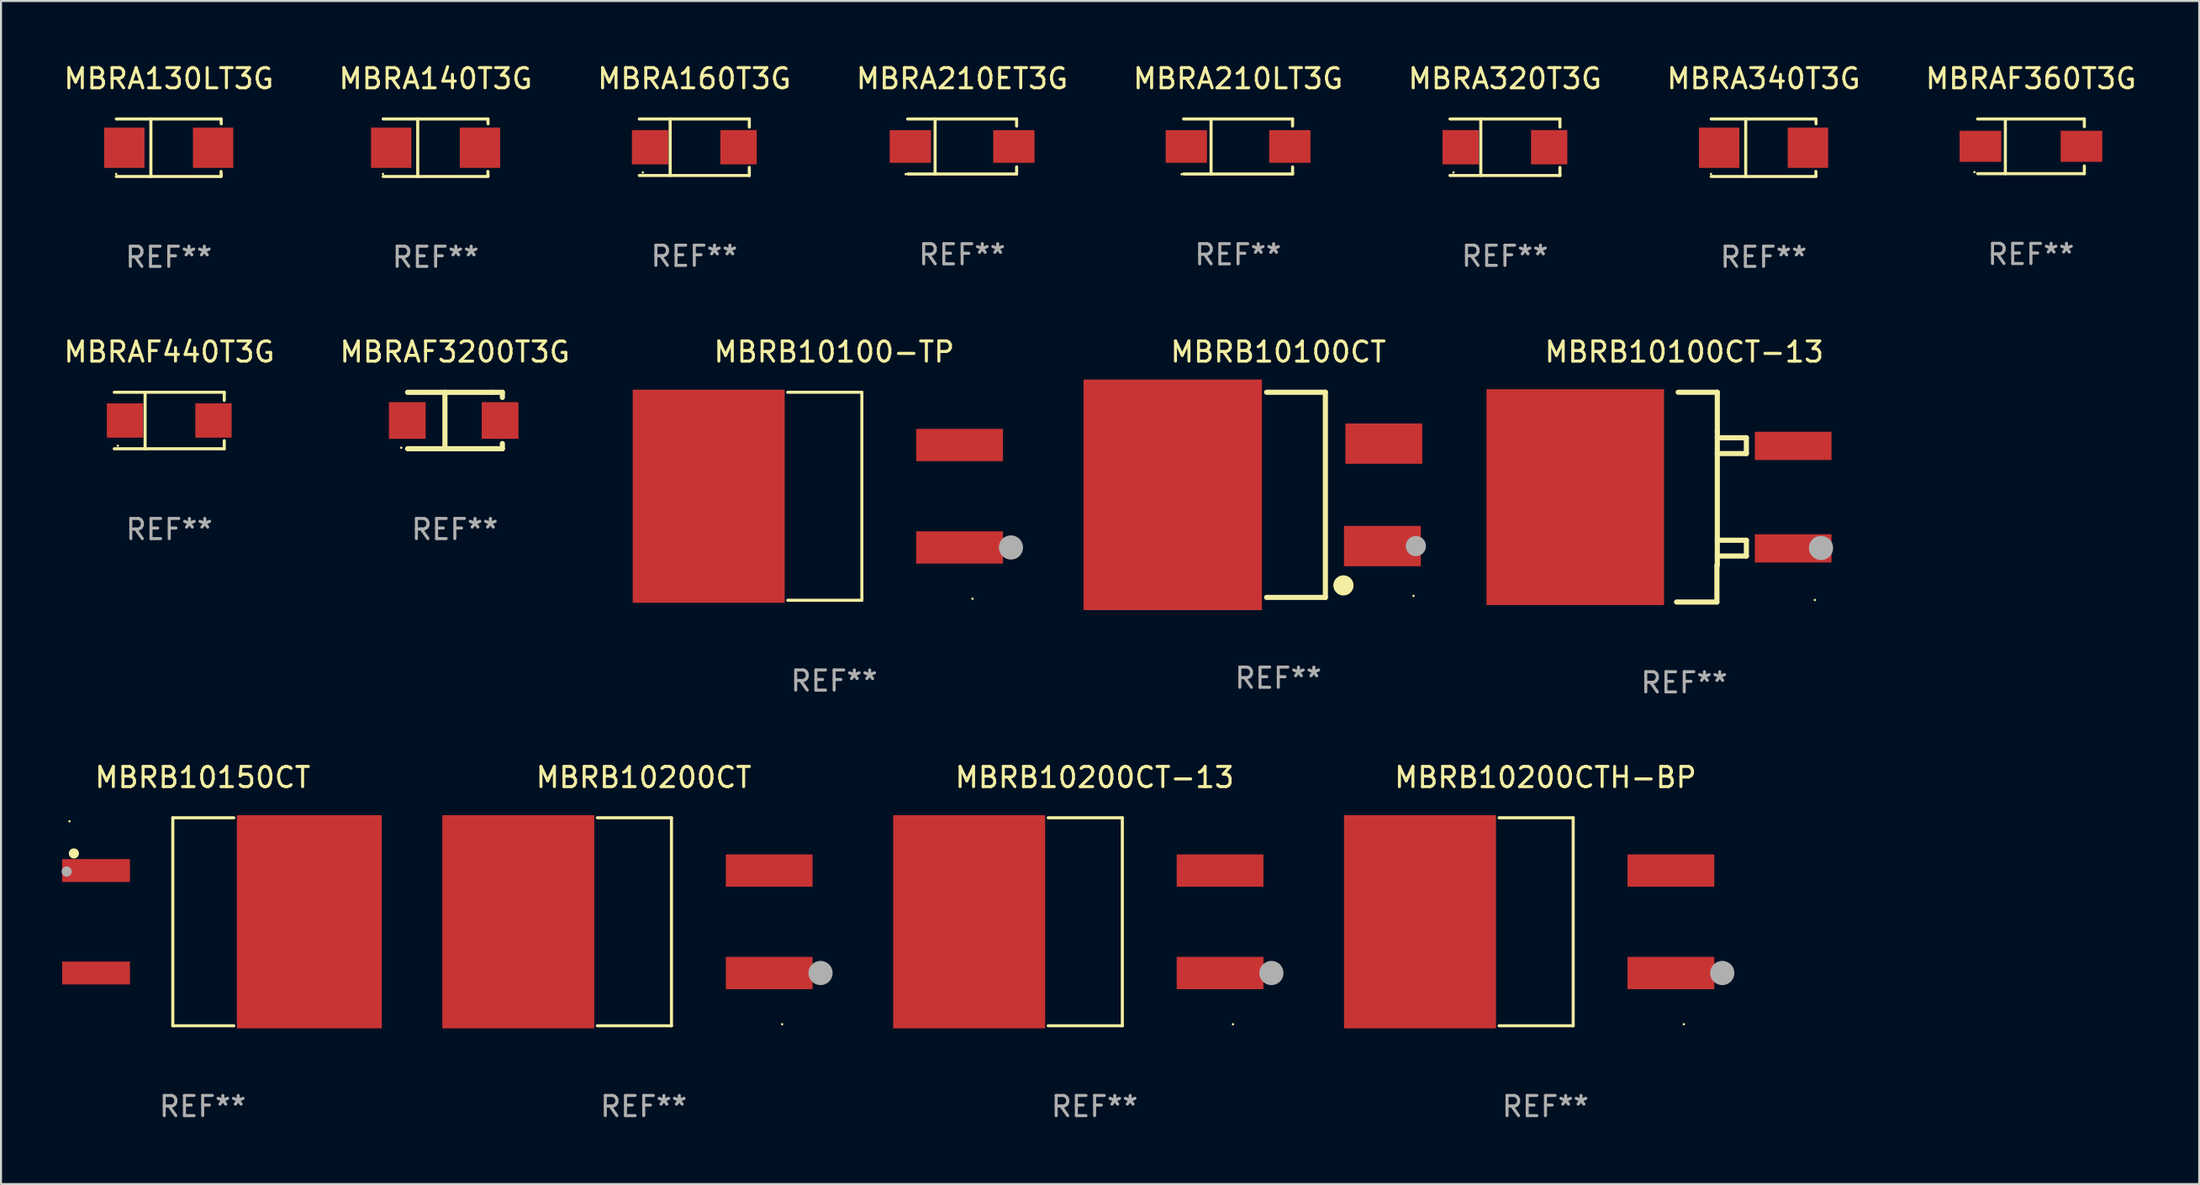
<source format=kicad_pcb>
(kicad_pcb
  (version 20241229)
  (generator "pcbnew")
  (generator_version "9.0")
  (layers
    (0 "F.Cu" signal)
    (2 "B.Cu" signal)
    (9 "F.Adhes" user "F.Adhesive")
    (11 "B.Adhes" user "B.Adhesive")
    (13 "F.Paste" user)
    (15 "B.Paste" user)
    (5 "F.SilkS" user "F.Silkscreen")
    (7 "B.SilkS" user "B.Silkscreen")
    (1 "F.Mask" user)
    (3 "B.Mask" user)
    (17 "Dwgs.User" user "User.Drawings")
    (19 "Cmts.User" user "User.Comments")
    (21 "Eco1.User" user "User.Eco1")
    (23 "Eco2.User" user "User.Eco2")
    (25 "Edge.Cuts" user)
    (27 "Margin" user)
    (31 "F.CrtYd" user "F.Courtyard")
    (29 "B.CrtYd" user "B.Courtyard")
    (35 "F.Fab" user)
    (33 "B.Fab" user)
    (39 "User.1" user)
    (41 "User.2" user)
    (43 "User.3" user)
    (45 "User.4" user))
  (footprint "MBRB10100CT"
    (layer "F.Cu")
    (at 60.308 21.483)
    (property "Reference" "MBRB10100CT" (at 0 -7.086 0) (layer "F.SilkS") (effects (font (size 1 1) (thickness 0.15))))
    (attr through_hole)
    (fp_line (start 2.334 -5.086) (end -0.58 -5.086) (stroke (width 0.254) (type solid)) (layer "F.SilkS"))
    (fp_line (start 2.334 -5.086) (end 2.334 5.086) (stroke (width 0.254) (type solid)) (layer "F.SilkS"))
    (fp_line (start 2.334 5.086) (end -0.58 5.086) (stroke (width 0.254) (type solid)) (layer "F.SilkS"))
    (fp_circle (center 3.23 4.49) (end 3.48 4.49) (stroke (width 0.5) (type solid)) (fill no) (layer "F.SilkS"))
    (fp_circle (center 6.7 5.01) (end 6.73 5.01) (stroke (width 0.06) (type solid)) (fill no) (layer "F.SilkS"))
    (fp_circle (center 6.82 2.54) (end 7.07 2.54) (stroke (width 0.5) (type solid)) (fill no) (layer "F.Fab"))
    (fp_text user "REF**" (at 0 9.086 0) (layer "F.Fab") (effects (font (size 1 1) (thickness 0.15))))
    (pad "1" smd rect (at 5.16 2.54) (size 3.81 2) (layers "F.Cu" "F.Mask" "F.Paste"))
    (pad "3" smd rect (at 5.231 -2.54) (size 3.81 2) (layers "F.Cu" "F.Mask" "F.Paste"))
    (pad "4" smd rect (at -5.231 0) (size 8.84 11.43) (layers "F.Cu" "F.Mask" "F.Paste")))
  (footprint "MBRA320T3G"
    (layer "F.Cu")
    (at 71.542 4.249)
    (property "Reference" "MBRA320T3G" (at 0 -3.401 0) (layer "F.SilkS") (effects (font (size 1 1) (thickness 0.15))))
    (attr through_hole)
    (fp_line (start -2.726 -1.401) (end 2.726 -1.401) (stroke (width 0.152) (type solid)) (layer "F.SilkS"))
    (fp_line (start -2.726 1.401) (end 2.726 1.401) (stroke (width 0.152) (type solid)) (layer "F.SilkS"))
    (fp_line (start -1.197 -1.401) (end -1.197 1.401) (stroke (width 0.152) (type solid)) (layer "F.SilkS"))
    (fp_line (start 2.726 -1.401) (end 2.726 -1) (stroke (width 0.152) (type solid)) (layer "F.SilkS"))
    (fp_line (start 2.726 1.401) (end 2.726 1) (stroke (width 0.152) (type solid)) (layer "F.SilkS"))
    (fp_circle (center -2.55 1.25) (end -2.52 1.25) (stroke (width 0.06) (type solid)) (fill no) (layer "F.SilkS"))
    (fp_text user "REF**" (at 0 5.401 0) (layer "F.Fab") (effects (font (size 1 1) (thickness 0.15))))
    (pad "1" smd rect (at -2.192 0) (size 1.8 1.7) (layers "F.Cu" "F.Mask" "F.Paste"))
    (pad "2" smd rect (at 2.192 0) (size 1.8 1.7) (layers "F.Cu" "F.Mask" "F.Paste")))
  (footprint "MBRB10200CT-13"
    (layer "F.Cu")
    (at 51.204 42.65)
    (property "Reference" "MBRB10200CT-13" (at 0 -7.156 0) (layer "F.SilkS") (effects (font (size 1 1) (thickness 0.15))))
    (attr through_hole)
    (fp_line (start -2.3 -5.156) (end 1.374 -5.156) (stroke (width 0.152) (type solid)) (layer "F.SilkS"))
    (fp_line (start -2.3 5.156) (end 1.374 5.156) (stroke (width 0.152) (type solid)) (layer "F.SilkS"))
    (fp_line (start 1.374 5.156) (end 1.374 -5.156) (stroke (width 0.152) (type solid)) (layer "F.SilkS"))
    (fp_circle (center 6.858 5.08) (end 6.888 5.08) (stroke (width 0.06) (type solid)) (fill no) (layer "F.SilkS"))
    (fp_circle (center 8.763 2.54) (end 9.063 2.54) (stroke (width 0.6) (type solid)) (fill no) (layer "F.Fab"))
    (fp_text user "REF**" (at 0 9.156 0) (layer "F.Fab") (effects (font (size 1 1) (thickness 0.15))))
    (pad "1" smd rect (at 6.218 2.54 180) (size 4.3 1.6) (layers "F.Cu" "F.Mask" "F.Paste"))
    (pad "2" smd rect (at -6.218 0 180) (size 7.532 10.566) (layers "F.Cu" "F.Mask" "F.Paste"))
    (pad "3" smd rect (at 6.218 -2.54 180) (size 4.3 1.6) (layers "F.Cu" "F.Mask" "F.Paste")))
  (footprint "MBRB10100-TP"
    (layer "F.Cu")
    (at 38.294 21.553)
    (property "Reference" "MBRB10100-TP" (at 0 -7.156 0) (layer "F.SilkS") (effects (font (size 1 1) (thickness 0.15))))
    (attr through_hole)
    (fp_line (start -2.3 -5.156) (end 1.374 -5.156) (stroke (width 0.152) (type solid)) (layer "F.SilkS"))
    (fp_line (start -2.3 5.156) (end 1.374 5.156) (stroke (width 0.152) (type solid)) (layer "F.SilkS"))
    (fp_line (start 1.374 5.156) (end 1.374 -5.156) (stroke (width 0.152) (type solid)) (layer "F.SilkS"))
    (fp_circle (center 6.858 5.08) (end 6.888 5.08) (stroke (width 0.06) (type solid)) (fill no) (layer "F.SilkS"))
    (fp_circle (center 8.763 2.54) (end 9.063 2.54) (stroke (width 0.6) (type solid)) (fill no) (layer "F.Fab"))
    (fp_text user "REF**" (at 0 9.156 0) (layer "F.Fab") (effects (font (size 1 1) (thickness 0.15))))
    (pad "1" smd rect (at 6.218 2.54 180) (size 4.3 1.6) (layers "F.Cu" "F.Mask" "F.Paste"))
    (pad "2" smd rect (at -6.218 0 180) (size 7.532 10.566) (layers "F.Cu" "F.Mask" "F.Paste"))
    (pad "3" smd rect (at 6.218 -2.54 180) (size 4.3 1.6) (layers "F.Cu" "F.Mask" "F.Paste")))
  (footprint "MBRAF360T3G"
    (layer "F.Cu")
    (at 97.613 4.204)
    (property "Reference" "MBRAF360T3G" (at 0 -3.356 0) (layer "F.SilkS") (effects (font (size 1 1) (thickness 0.15))))
    (attr through_hole)
    (fp_line (start -2.646 -1.356) (end 2.646 -1.356) (stroke (width 0.152) (type solid)) (layer "F.SilkS"))
    (fp_line (start -2.646 1.356) (end 2.646 1.356) (stroke (width 0.152) (type solid)) (layer "F.SilkS"))
    (fp_line (start -1.269 -1.356) (end -1.269 1.356) (stroke (width 0.152) (type solid)) (layer "F.SilkS"))
    (fp_line (start 2.646 -1.356) (end 2.646 -0.973) (stroke (width 0.152) (type solid)) (layer "F.SilkS"))
    (fp_line (start 2.646 1.356) (end 2.646 0.973) (stroke (width 0.152) (type solid)) (layer "F.SilkS"))
    (fp_circle (center -2.8 1.28) (end -2.77 1.28) (stroke (width 0.06) (type solid)) (fill no) (layer "F.SilkS"))
    (fp_text user "REF**" (at 0 5.356 0) (layer "F.Fab") (effects (font (size 1 1) (thickness 0.15))))
    (pad "1" smd rect (at 2.504 0) (size 2.063 1.539) (layers "F.Cu" "F.Mask" "F.Paste"))
    (pad "2" smd rect (at -2.504 0) (size 2.063 1.539) (layers "F.Cu" "F.Mask" "F.Paste")))
  (footprint "MBRA340T3G"
    (layer "F.Cu")
    (at 84.363 4.274)
    (property "Reference" "MBRA340T3G" (at 0 -3.426 0) (layer "F.SilkS") (effects (font (size 1 1) (thickness 0.15))))
    (attr through_hole)
    (fp_line (start -2.6 -1.426) (end 2.593 -1.426) (stroke (width 0.152) (type solid)) (layer "F.SilkS"))
    (fp_line (start -2.6 1.426) (end 2.593 1.426) (stroke (width 0.152) (type solid)) (layer "F.SilkS"))
    (fp_line (start -0.887 -1.426) (end -0.887 1.426) (stroke (width 0.152) (type solid)) (layer "F.SilkS"))
    (fp_line (start 2.59 1.176) (end 2.597 1.415) (stroke (width 0.152) (type solid)) (layer "F.SilkS"))
    (fp_line (start 2.593 -1.426) (end 2.6 -1.187) (stroke (width 0.152) (type solid)) (layer "F.SilkS"))
    (fp_circle (center -2.608 1.3) (end -2.578 1.3) (stroke (width 0.06) (type solid)) (fill no) (layer "F.SilkS"))
    (fp_text user "REF**" (at 0 5.426 0) (layer "F.Fab") (effects (font (size 1 1) (thickness 0.15))))
    (pad "1" smd rect (at -2.203 0 180) (size 2 2) (layers "F.Cu" "F.Mask" "F.Paste"))
    (pad "2" smd rect (at 2.197 0 180) (size 2 2) (layers "F.Cu" "F.Mask" "F.Paste")))
  (footprint "MBRB10200CTH-BP"
    (layer "F.Cu")
    (at 73.551 42.65)
    (property "Reference" "MBRB10200CTH-BP" (at 0 -7.156 0) (layer "F.SilkS") (effects (font (size 1 1) (thickness 0.15))))
    (attr through_hole)
    (fp_line (start -2.3 -5.156) (end 1.374 -5.156) (stroke (width 0.152) (type solid)) (layer "F.SilkS"))
    (fp_line (start -2.3 5.156) (end 1.374 5.156) (stroke (width 0.152) (type solid)) (layer "F.SilkS"))
    (fp_line (start 1.374 5.156) (end 1.374 -5.156) (stroke (width 0.152) (type solid)) (layer "F.SilkS"))
    (fp_circle (center 6.858 5.08) (end 6.888 5.08) (stroke (width 0.06) (type solid)) (fill no) (layer "F.SilkS"))
    (fp_circle (center 8.763 2.54) (end 9.063 2.54) (stroke (width 0.6) (type solid)) (fill no) (layer "F.Fab"))
    (fp_text user "REF**" (at 0 9.156 0) (layer "F.Fab") (effects (font (size 1 1) (thickness 0.15))))
    (pad "1" smd rect (at 6.218 2.54 180) (size 4.3 1.6) (layers "F.Cu" "F.Mask" "F.Paste"))
    (pad "2" smd rect (at -6.218 0 180) (size 7.532 10.566) (layers "F.Cu" "F.Mask" "F.Paste"))
    (pad "3" smd rect (at 6.218 -2.54 180) (size 4.3 1.6) (layers "F.Cu" "F.Mask" "F.Paste")))
  (footprint "MBRA210ET3G"
    (layer "F.Cu")
    (at 44.637 4.212)
    (property "Reference" "MBRA210ET3G" (at 0 -3.364 0) (layer "F.SilkS") (effects (font (size 1 1) (thickness 0.15))))
    (attr through_hole)
    (fp_line (start -2.701 -1.364) (end 2.701 -1.364) (stroke (width 0.152) (type solid)) (layer "F.SilkS"))
    (fp_line (start -2.701 1.364) (end 2.701 1.364) (stroke (width 0.152) (type solid)) (layer "F.SilkS"))
    (fp_line (start -1.339 -1.364) (end -1.339 1.364) (stroke (width 0.152) (type solid)) (layer "F.SilkS"))
    (fp_line (start 2.701 -1.364) (end 2.701 -1.013) (stroke (width 0.152) (type solid)) (layer "F.SilkS"))
    (fp_line (start 2.701 1.364) (end 2.701 1.013) (stroke (width 0.152) (type solid)) (layer "F.SilkS"))
    (fp_circle (center -2.8 1.375) (end -2.77 1.375) (stroke (width 0.06) (type solid)) (fill no) (layer "F.SilkS"))
    (fp_text user "REF**" (at 0 5.364 0) (layer "F.Fab") (effects (font (size 1 1) (thickness 0.15))))
    (pad "1" smd rect (at -2.565 -0.000025) (size 2.046 1.62) (layers "F.Cu" "F.Mask" "F.Paste"))
    (pad "2" smd rect (at 2.565 -0.000025) (size 2.046 1.62) (layers "F.Cu" "F.Mask" "F.Paste")))
  (footprint "MBRB10100CT-13"
    (layer "F.Cu")
    (at 80.428 21.597)
    (property "Reference" "MBRB10100CT-13" (at 0 -7.2 0) (layer "F.SilkS") (effects (font (size 1 1) (thickness 0.15))))
    (attr through_hole)
    (fp_line (start -0.38 5.2) (end 1.62 5.2) (stroke (width 0.254) (type solid)) (layer "F.SilkS"))
    (fp_line (start -0.3 -5.2) (end 1.64 -5.2) (stroke (width 0.254) (type solid)) (layer "F.SilkS"))
    (fp_line (start 1.62 5.2) (end 1.62 3.38) (stroke (width 0.254) (type solid)) (layer "F.SilkS"))
    (fp_line (start 1.64 -5.2) (end 1.64 -3.24) (stroke (width 0.254) (type solid)) (layer "F.SilkS"))
    (fp_line (start 1.64 -3.24) (end 1.64 3.38) (stroke (width 0.254) (type solid)) (layer "F.SilkS"))
    (fp_line (start 1.64 -2.944) (end 3.08 -2.944) (stroke (width 0.254) (type solid)) (layer "F.SilkS"))
    (fp_line (start 1.64 2.136) (end 3.08 2.136) (stroke (width 0.254) (type solid)) (layer "F.SilkS"))
    (fp_line (start 3.08 -2.944) (end 3.08 -2.16) (stroke (width 0.254) (type solid)) (layer "F.SilkS"))
    (fp_line (start 3.08 -2.16) (end 1.64 -2.16) (stroke (width 0.254) (type solid)) (layer "F.SilkS"))
    (fp_line (start 3.08 2.136) (end 3.08 2.92) (stroke (width 0.254) (type solid)) (layer "F.SilkS"))
    (fp_line (start 3.08 2.92) (end 1.64 2.92) (stroke (width 0.254) (type solid)) (layer "F.SilkS"))
    (fp_circle (center 6.475 5.1) (end 6.505 5.1) (stroke (width 0.06) (type solid)) (fill no) (layer "F.SilkS"))
    (fp_circle (center 6.78 2.52) (end 7.08 2.52) (stroke (width 0.6) (type solid)) (fill no) (layer "F.Fab"))
    (fp_text user "REF**" (at 0 9.2 0) (layer "F.Fab") (effects (font (size 1 1) (thickness 0.15))))
    (pad "1" smd rect (at 5.4 2.54) (size 3.8 1.4) (layers "F.Cu" "F.Mask" "F.Paste"))
    (pad "2" smd rect (at -5.4 -0.000102 180) (size 8.8 10.7) (layers "F.Cu" "F.Mask" "F.Paste"))
    (pad "3" smd rect (at 5.4 -2.54) (size 3.8 1.4) (layers "F.Cu" "F.Mask" "F.Paste")))
  (footprint "MBRA140T3G"
    (layer "F.Cu")
    (at 18.542 4.274)
    (property "Reference" "MBRA140T3G" (at 0 -3.426 0) (layer "F.SilkS") (effects (font (size 1 1) (thickness 0.15))))
    (attr through_hole)
    (fp_line (start -2.6 -1.426) (end 2.593 -1.426) (stroke (width 0.152) (type solid)) (layer "F.SilkS"))
    (fp_line (start -2.6 1.426) (end 2.593 1.426) (stroke (width 0.152) (type solid)) (layer "F.SilkS"))
    (fp_line (start -0.887 -1.426) (end -0.887 1.426) (stroke (width 0.152) (type solid)) (layer "F.SilkS"))
    (fp_line (start 2.59 1.176) (end 2.597 1.415) (stroke (width 0.152) (type solid)) (layer "F.SilkS"))
    (fp_line (start 2.593 -1.426) (end 2.6 -1.187) (stroke (width 0.152) (type solid)) (layer "F.SilkS"))
    (fp_circle (center -2.608 1.3) (end -2.578 1.3) (stroke (width 0.06) (type solid)) (fill no) (layer "F.SilkS"))
    (fp_text user "REF**" (at 0 5.426 0) (layer "F.Fab") (effects (font (size 1 1) (thickness 0.15))))
    (pad "1" smd rect (at -2.203 0 180) (size 2 2) (layers "F.Cu" "F.Mask" "F.Paste"))
    (pad "2" smd rect (at 2.197 0 180) (size 2 2) (layers "F.Cu" "F.Mask" "F.Paste")))
  (footprint "MBRA130LT3G"
    (layer "F.Cu")
    (at 5.315 4.274)
    (property "Reference" "MBRA130LT3G" (at 0 -3.426 0) (layer "F.SilkS") (effects (font (size 1 1) (thickness 0.15))))
    (attr through_hole)
    (fp_line (start -2.6 -1.426) (end 2.593 -1.426) (stroke (width 0.152) (type solid)) (layer "F.SilkS"))
    (fp_line (start -2.6 1.426) (end 2.593 1.426) (stroke (width 0.152) (type solid)) (layer "F.SilkS"))
    (fp_line (start -0.887 -1.426) (end -0.887 1.426) (stroke (width 0.152) (type solid)) (layer "F.SilkS"))
    (fp_line (start 2.59 1.176) (end 2.597 1.415) (stroke (width 0.152) (type solid)) (layer "F.SilkS"))
    (fp_line (start 2.593 -1.426) (end 2.6 -1.187) (stroke (width 0.152) (type solid)) (layer "F.SilkS"))
    (fp_circle (center -2.608 1.3) (end -2.578 1.3) (stroke (width 0.06) (type solid)) (fill no) (layer "F.SilkS"))
    (fp_text user "REF**" (at 0 5.426 0) (layer "F.Fab") (effects (font (size 1 1) (thickness 0.15))))
    (pad "1" smd rect (at -2.203 0 180) (size 2 2) (layers "F.Cu" "F.Mask" "F.Paste"))
    (pad "2" smd rect (at 2.197 0 180) (size 2 2) (layers "F.Cu" "F.Mask" "F.Paste")))
  (footprint "MBRB10150CT"
    (layer "F.Cu")
    (at 6.996 42.65)
    (property "Reference" "MBRB10150CT" (at 0 -7.156 0) (layer "F.SilkS") (effects (font (size 1 1) (thickness 0.15))))
    (attr through_hole)
    (fp_line (start -1.481 -5.156) (end -1.481 5.156) (stroke (width 0.152) (type solid)) (layer "F.SilkS"))
    (fp_line (start 1.543 -5.156) (end -1.481 -5.156) (stroke (width 0.152) (type solid)) (layer "F.SilkS"))
    (fp_line (start 1.543 5.156) (end -1.481 5.156) (stroke (width 0.152) (type solid)) (layer "F.SilkS"))
    (fp_circle (center -6.602 -4.983) (end -6.572 -4.983) (stroke (width 0.06) (type solid)) (fill no) (layer "F.SilkS"))
    (fp_circle (center -6.385 -3.388) (end -6.258 -3.388) (stroke (width 0.254) (type solid)) (fill no) (layer "F.SilkS"))
    (fp_circle (center -6.742 -2.491) (end -6.615 -2.491) (stroke (width 0.254) (type solid)) (fill no) (layer "F.Fab"))
    (fp_text user "REF**" (at 0 9.156 0) (layer "F.Fab") (effects (font (size 1 1) (thickness 0.15))))
    (pad "1" smd rect (at -5.286 -2.54) (size 3.359 1.134) (layers "F.Cu" "F.Mask" "F.Paste"))
    (pad "3" smd rect (at -5.286 2.54) (size 3.359 1.134) (layers "F.Cu" "F.Mask" "F.Paste"))
    (pad "4" smd rect (at 5.286 0) (size 7.181 10.566) (layers "F.Cu" "F.Mask" "F.Paste")))
  (footprint "MBRAF3200T3G"
    (layer "F.Cu")
    (at 19.494 17.797)
    (property "Reference" "MBRAF3200T3G" (at 0 -3.4 0) (layer "F.SilkS") (effects (font (size 1 1) (thickness 0.15))))
    (attr through_hole)
    (fp_line (start -1.957 1.4) (end -2.343 1.4) (stroke (width 0.254) (type solid)) (layer "F.SilkS"))
    (fp_line (start -1.957 1.4) (end 1.844 1.4) (stroke (width 0.254) (type solid)) (layer "F.SilkS"))
    (fp_line (start -0.491 -1.4) (end -0.491 1.4) (stroke (width 0.254) (type solid)) (layer "F.SilkS"))
    (fp_line (start 1.844 1.4) (end 2.356 1.4) (stroke (width 0.254) (type solid)) (layer "F.SilkS"))
    (fp_line (start 1.848 -1.397) (end -2.343 -1.397) (stroke (width 0.254) (type solid)) (layer "F.SilkS"))
    (fp_line (start 1.848 -1.397) (end 2.356 -1.397) (stroke (width 0.254) (type solid)) (layer "F.SilkS"))
    (fp_line (start 2.356 -1.397) (end 2.356 -1.143) (stroke (width 0.254) (type solid)) (layer "F.SilkS"))
    (fp_line (start 2.356 1.4) (end 2.356 1.143) (stroke (width 0.254) (type solid)) (layer "F.SilkS"))
    (fp_circle (center -2.657 1.35) (end -2.627 1.35) (stroke (width 0.06) (type solid)) (fill no) (layer "F.SilkS"))
    (fp_text user "REF**" (at 0 5.4 0) (layer "F.Fab") (effects (font (size 1 1) (thickness 0.15))))
    (pad "1" smd rect (at -2.356 0) (size 1.82 1.82) (layers "F.Cu" "F.Mask" "F.Paste"))
    (pad "2" smd rect (at 2.243 0) (size 1.82 1.82) (layers "F.Cu" "F.Mask" "F.Paste")))
  (footprint "MBRAF440T3G"
    (layer "F.Cu")
    (at 5.339 17.798)
    (property "Reference" "MBRAF440T3G" (at 0 -3.401 0) (layer "F.SilkS") (effects (font (size 1 1) (thickness 0.15))))
    (attr through_hole)
    (fp_line (start -2.726 -1.401) (end 2.726 -1.401) (stroke (width 0.152) (type solid)) (layer "F.SilkS"))
    (fp_line (start -2.726 1.401) (end 2.726 1.401) (stroke (width 0.152) (type solid)) (layer "F.SilkS"))
    (fp_line (start -1.197 -1.401) (end -1.197 1.401) (stroke (width 0.152) (type solid)) (layer "F.SilkS"))
    (fp_line (start 2.726 -1.401) (end 2.726 -1) (stroke (width 0.152) (type solid)) (layer "F.SilkS"))
    (fp_line (start 2.726 1.401) (end 2.726 1) (stroke (width 0.152) (type solid)) (layer "F.SilkS"))
    (fp_circle (center -2.55 1.25) (end -2.52 1.25) (stroke (width 0.06) (type solid)) (fill no) (layer "F.SilkS"))
    (fp_text user "REF**" (at 0 5.401 0) (layer "F.Fab") (effects (font (size 1 1) (thickness 0.15))))
    (pad "1" smd rect (at -2.192 0) (size 1.8 1.7) (layers "F.Cu" "F.Mask" "F.Paste"))
    (pad "2" smd rect (at 2.192 0) (size 1.8 1.7) (layers "F.Cu" "F.Mask" "F.Paste")))
  (footprint "MBRA160T3G"
    (layer "F.Cu")
    (at 31.363 4.249)
    (property "Reference" "MBRA160T3G" (at 0 -3.401 0) (layer "F.SilkS") (effects (font (size 1 1) (thickness 0.15))))
    (attr through_hole)
    (fp_line (start -2.726 -1.401) (end 2.726 -1.401) (stroke (width 0.152) (type solid)) (layer "F.SilkS"))
    (fp_line (start -2.726 1.401) (end 2.726 1.401) (stroke (width 0.152) (type solid)) (layer "F.SilkS"))
    (fp_line (start -1.197 -1.401) (end -1.197 1.401) (stroke (width 0.152) (type solid)) (layer "F.SilkS"))
    (fp_line (start 2.726 -1.401) (end 2.726 -1) (stroke (width 0.152) (type solid)) (layer "F.SilkS"))
    (fp_line (start 2.726 1.401) (end 2.726 1) (stroke (width 0.152) (type solid)) (layer "F.SilkS"))
    (fp_circle (center -2.55 1.25) (end -2.52 1.25) (stroke (width 0.06) (type solid)) (fill no) (layer "F.SilkS"))
    (fp_text user "REF**" (at 0 5.401 0) (layer "F.Fab") (effects (font (size 1 1) (thickness 0.15))))
    (pad "1" smd rect (at -2.192 0) (size 1.8 1.7) (layers "F.Cu" "F.Mask" "F.Paste"))
    (pad "2" smd rect (at 2.192 0) (size 1.8 1.7) (layers "F.Cu" "F.Mask" "F.Paste")))
  (footprint "MBRB10200CT"
    (layer "F.Cu")
    (at 28.857 42.65)
    (property "Reference" "MBRB10200CT" (at 0 -7.156 0) (layer "F.SilkS") (effects (font (size 1 1) (thickness 0.15))))
    (attr through_hole)
    (fp_line (start -2.3 -5.156) (end 1.374 -5.156) (stroke (width 0.152) (type solid)) (layer "F.SilkS"))
    (fp_line (start -2.3 5.156) (end 1.374 5.156) (stroke (width 0.152) (type solid)) (layer "F.SilkS"))
    (fp_line (start 1.374 5.156) (end 1.374 -5.156) (stroke (width 0.152) (type solid)) (layer "F.SilkS"))
    (fp_circle (center 6.858 5.08) (end 6.888 5.08) (stroke (width 0.06) (type solid)) (fill no) (layer "F.SilkS"))
    (fp_circle (center 8.763 2.54) (end 9.063 2.54) (stroke (width 0.6) (type solid)) (fill no) (layer "F.Fab"))
    (fp_text user "REF**" (at 0 9.156 0) (layer "F.Fab") (effects (font (size 1 1) (thickness 0.15))))
    (pad "1" smd rect (at 6.218 2.54 180) (size 4.3 1.6) (layers "F.Cu" "F.Mask" "F.Paste"))
    (pad "2" smd rect (at -6.218 0 180) (size 7.532 10.566) (layers "F.Cu" "F.Mask" "F.Paste"))
    (pad "3" smd rect (at 6.218 -2.54 180) (size 4.3 1.6) (layers "F.Cu" "F.Mask" "F.Paste")))
  (footprint "MBRA210LT3G"
    (layer "F.Cu")
    (at 58.315 4.212)
    (property "Reference" "MBRA210LT3G" (at 0 -3.364 0) (layer "F.SilkS") (effects (font (size 1 1) (thickness 0.15))))
    (attr through_hole)
    (fp_line (start -2.701 -1.364) (end 2.701 -1.364) (stroke (width 0.152) (type solid)) (layer "F.SilkS"))
    (fp_line (start -2.701 1.364) (end 2.701 1.364) (stroke (width 0.152) (type solid)) (layer "F.SilkS"))
    (fp_line (start -1.339 -1.364) (end -1.339 1.364) (stroke (width 0.152) (type solid)) (layer "F.SilkS"))
    (fp_line (start 2.701 -1.364) (end 2.701 -1.013) (stroke (width 0.152) (type solid)) (layer "F.SilkS"))
    (fp_line (start 2.701 1.364) (end 2.701 1.013) (stroke (width 0.152) (type solid)) (layer "F.SilkS"))
    (fp_circle (center -2.8 1.375) (end -2.77 1.375) (stroke (width 0.06) (type solid)) (fill no) (layer "F.SilkS"))
    (fp_text user "REF**" (at 0 5.364 0) (layer "F.Fab") (effects (font (size 1 1) (thickness 0.15))))
    (pad "1" smd rect (at -2.565 -0.000025) (size 2.046 1.62) (layers "F.Cu" "F.Mask" "F.Paste"))
    (pad "2" smd rect (at 2.565 -0.000025) (size 2.046 1.62) (layers "F.Cu" "F.Mask" "F.Paste")))
  (gr_rect
    (start -3 -3)
    (end 105.952 55.654)
    (stroke (width 0.1) (type default))
    (fill no)
    (layer "Edge.Cuts")))
</source>
